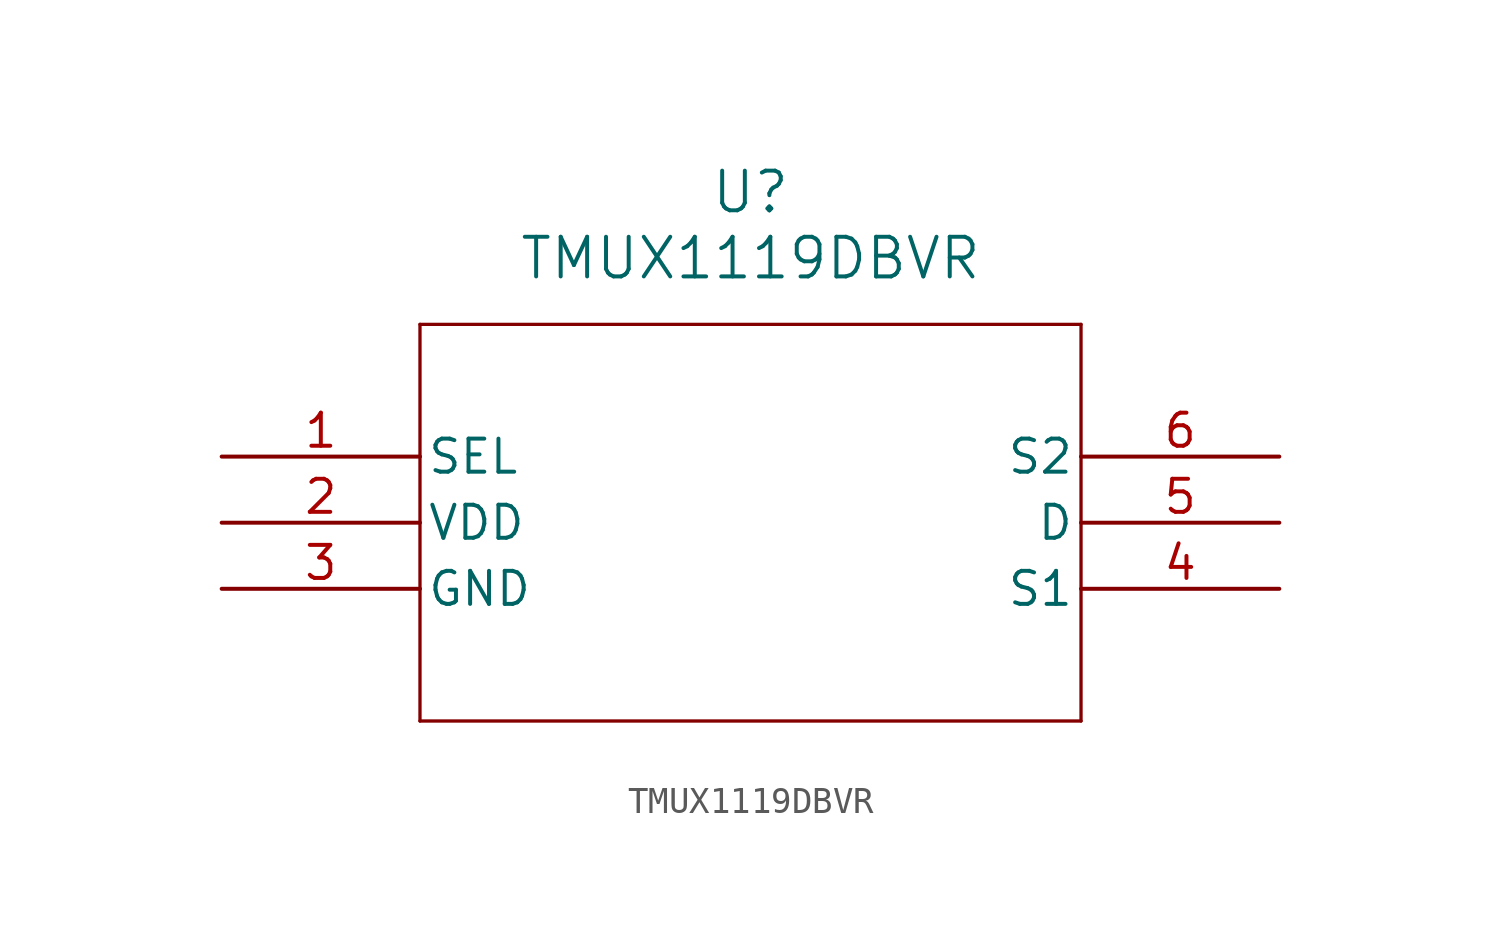
<source format=kicad_sym>
(kicad_symbol_lib
  (version 20231120)
  (generator "kicad_symbol_editor")
  (generator_version "8.0")
  (symbol "TMUX1119DBVR"
    (pin_names
      (offset 0.254))
    (property "Reference" "U"
      (at 20.32 10.16 0)
      (effects (font (size 1.524 1.524))))
    (property "Value" "TMUX1119DBVR"
      (at 20.32 7.62 0)
      (effects (font (size 1.524 1.524))))
    (symbol "TMUX1119DBVR_0_1"
      (polyline (pts (xy 7.62 -10.16) (xy 33.02 -10.16)) (stroke (width 0.127) (type default)) (fill (type none)))
      (polyline (pts (xy 7.62 5.08) (xy 7.62 -10.16)) (stroke (width 0.127) (type default)) (fill (type none)))
      (polyline (pts (xy 33.02 -10.16) (xy 33.02 5.08)) (stroke (width 0.127) (type default)) (fill (type none)))
      (polyline (pts (xy 33.02 5.08) (xy 7.62 5.08)) (stroke (width 0.127) (type default)) (fill (type none)))
      (pin input line (at 0 0 0) (length 7.62) (name "SEL" (effects (font (size 1.27 1.27)))) (number "1" (effects (font (size 1.27 1.27)))))
      (pin power_in line (at 0 -2.54 0) (length 7.62) (name "VDD" (effects (font (size 1.27 1.27)))) (number "2" (effects (font (size 1.27 1.27)))))
      (pin power_out line (at 0 -5.08 0) (length 7.62) (name "GND" (effects (font (size 1.27 1.27)))) (number "3" (effects (font (size 1.27 1.27)))))
      (pin bidirectional line (at 40.64 -5.08 180) (length 7.62) (name "S1" (effects (font (size 1.27 1.27)))) (number "4" (effects (font (size 1.27 1.27)))))
      (pin bidirectional line (at 40.64 -2.54 180) (length 7.62) (name "D" (effects (font (size 1.27 1.27)))) (number "5" (effects (font (size 1.27 1.27)))))
      (pin bidirectional line (at 40.64 0 180) (length 7.62) (name "S2" (effects (font (size 1.27 1.27)))) (number "6" (effects (font (size 1.27 1.27))))))))
</source>
